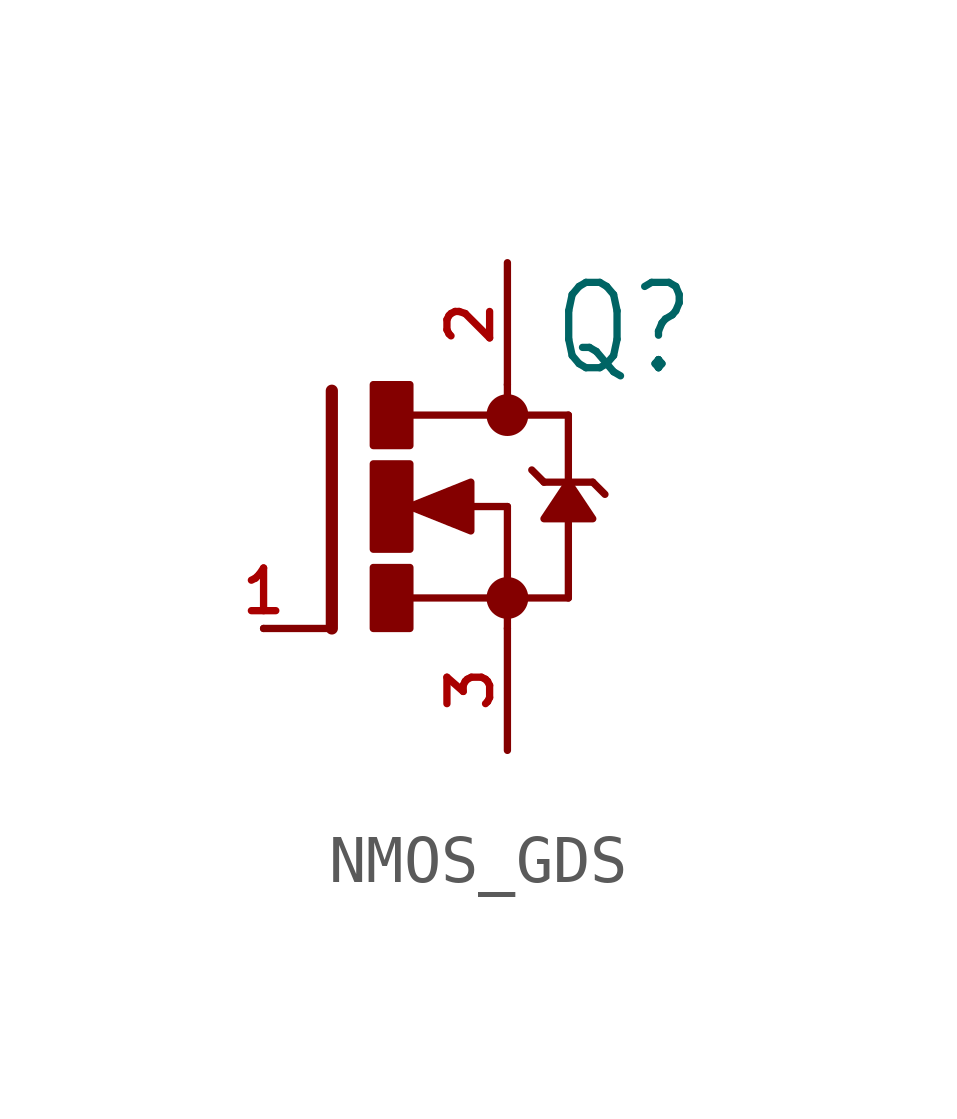
<source format=kicad_sym>
(kicad_symbol_lib
  (version 20231120)
  (generator "kicad_symbol_editor")
  (generator_version "8.0")
  (symbol "NMOS_GDS"
    (property "Reference" "Q"
      (at 3.429 2.667 0)
      (effects (font (size 1.778 1.511)) (justify left bottom)))
    (property "Value" ""
      (at 6.35 0 0)
      (effects (font (size 1.778 1.511)) (justify left bottom)))
    (property "ki_locked" ""
      (at 0 0 0)
      (effects (font (size 1.27 1.27))))
    (symbol "NMOS_GDS_1_0"
      (rectangle (start -0.254 -2.54) (end 0.508 -1.27) (stroke (width 0) (type default)) (fill (type outline)))
      (rectangle (start -0.254 -0.889) (end 0.508 0.889) (stroke (width 0) (type default)) (fill (type outline)))
      (rectangle (start -0.254 1.27) (end 0.508 2.54) (stroke (width 0) (type default)) (fill (type outline)))
      (polyline (pts (xy -1.118 -2.54) (xy -2.54 -2.54)) (stroke (width 0.152) (type solid)) (fill (type none)))
      (polyline (pts (xy -1.118 2.413) (xy -1.118 -2.54)) (stroke (width 0.254) (type solid)) (fill (type none)))
      (polyline (pts (xy 0.508 -1.905) (xy 2.54 -1.905)) (stroke (width 0.152) (type solid)) (fill (type none)))
      (polyline (pts (xy 1.651 0) (xy 2.54 0)) (stroke (width 0.152) (type solid)) (fill (type none)))
      (polyline (pts (xy 2.54 -1.905) (xy 2.54 -2.54)) (stroke (width 0.152) (type solid)) (fill (type none)))
      (polyline (pts (xy 2.54 -1.905) (xy 3.81 -1.905)) (stroke (width 0.152) (type solid)) (fill (type none)))
      (polyline (pts (xy 2.54 0) (xy 2.54 -1.905)) (stroke (width 0.152) (type solid)) (fill (type none)))
      (polyline (pts (xy 2.54 1.905) (xy 0.533 1.905)) (stroke (width 0.152) (type solid)) (fill (type none)))
      (polyline (pts (xy 2.54 1.905) (xy 3.81 1.905)) (stroke (width 0.152) (type solid)) (fill (type none)))
      (polyline (pts (xy 2.54 2.54) (xy 2.54 1.905)) (stroke (width 0.152) (type solid)) (fill (type none)))
      (polyline (pts (xy 3.048 0.762) (xy 3.302 0.508)) (stroke (width 0.152) (type solid)) (fill (type none)))
      (polyline (pts (xy 3.302 0.508) (xy 3.81 0.508)) (stroke (width 0.152) (type solid)) (fill (type none)))
      (polyline (pts (xy 3.81 -1.905) (xy 3.81 0.508)) (stroke (width 0.152) (type solid)) (fill (type none)))
      (polyline (pts (xy 3.81 0.508) (xy 3.81 1.905)) (stroke (width 0.152) (type solid)) (fill (type none)))
      (polyline (pts (xy 3.81 0.508) (xy 4.318 0.508)) (stroke (width 0.152) (type solid)) (fill (type none)))
      (polyline (pts (xy 4.318 0.508) (xy 4.572 0.254)) (stroke (width 0.152) (type solid)) (fill (type none)))
      (polyline (pts (xy 0.508 0) (xy 1.778 0.508) (xy 1.778 -0.508) (xy 0.508 0)) (stroke (width 0) (type default)) (fill (type outline)))
      (polyline (pts (xy 3.81 0.508) (xy 4.318 -0.254) (xy 3.302 -0.254) (xy 3.81 0.508)) (stroke (width 0.152) (type default)) (fill (type outline)))
      (circle (center 2.54 -1.905) (radius 0.359) (stroke (width 0) (type solid)) (fill (type outline)))
      (circle (center 2.54 1.905) (radius 0.359) (stroke (width 0) (type solid)) (fill (type outline)))
      (pin passive line (at -2.54 -2.54 0) (length 0) (name "G" (effects (font (size 0 0)))) (number "1" (effects (font (size 0.889 0.889)))))
      (pin passive line (at 2.54 5.08 270) (length 2.54) (name "D" (effects (font (size 0 0)))) (number "2" (effects (font (size 0.889 0.889)))))
      (pin passive line (at 2.54 -5.08 90) (length 2.54) (name "S" (effects (font (size 0 0)))) (number "3" (effects (font (size 0.889 0.889))))))))
</source>
